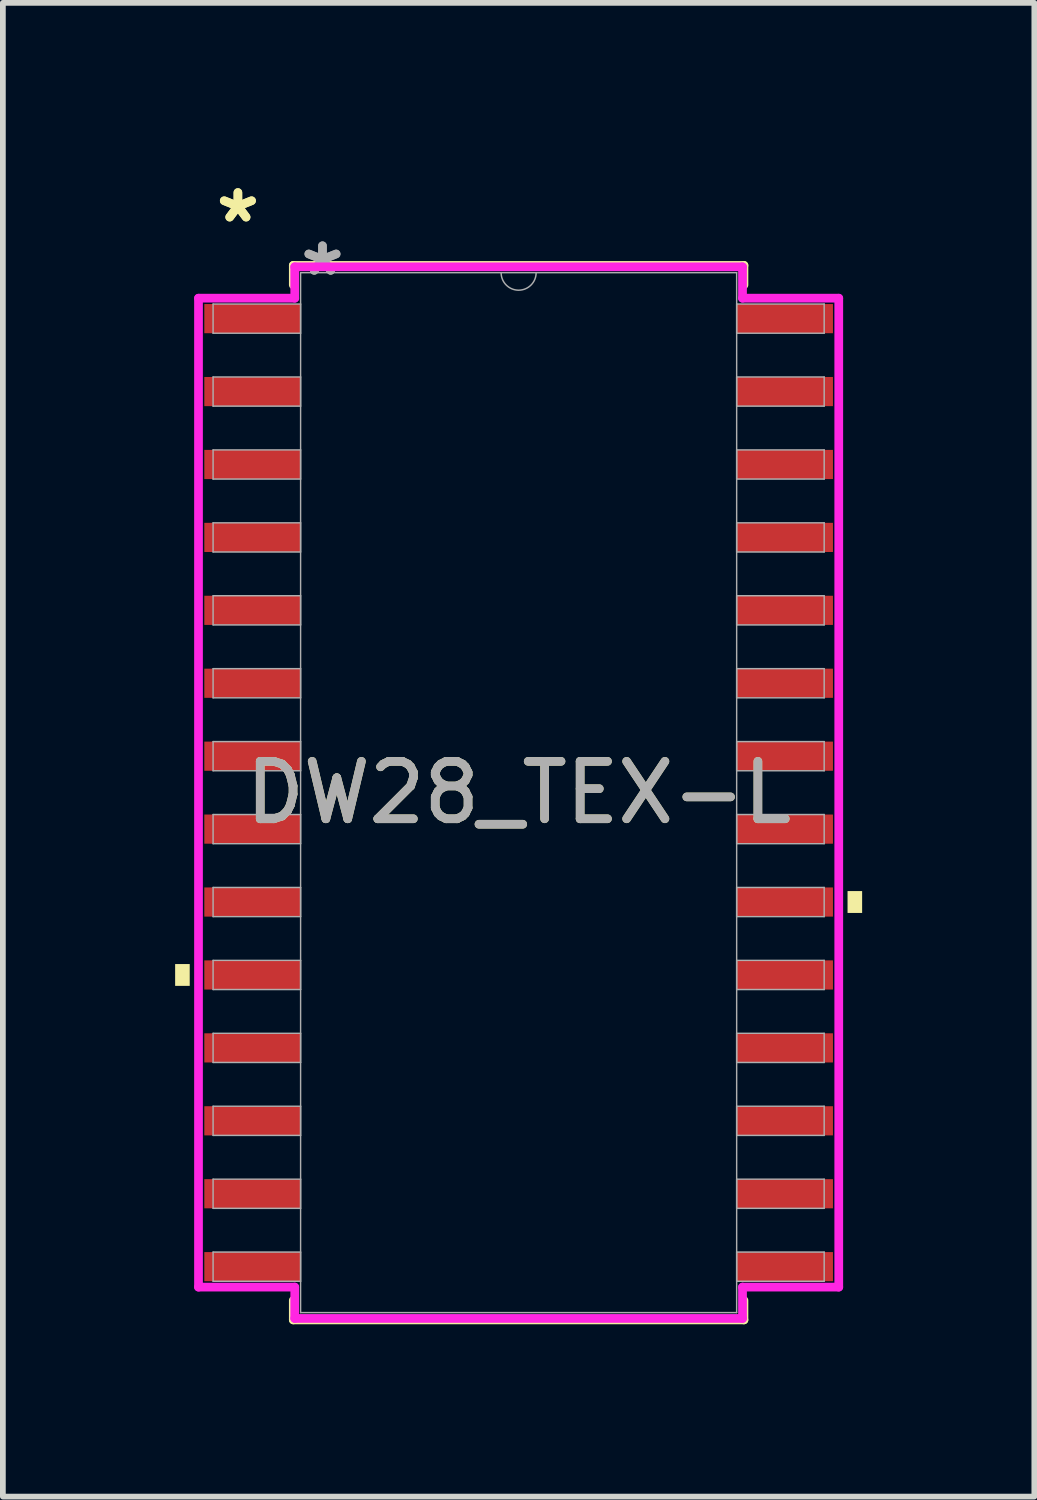
<source format=kicad_pcb>
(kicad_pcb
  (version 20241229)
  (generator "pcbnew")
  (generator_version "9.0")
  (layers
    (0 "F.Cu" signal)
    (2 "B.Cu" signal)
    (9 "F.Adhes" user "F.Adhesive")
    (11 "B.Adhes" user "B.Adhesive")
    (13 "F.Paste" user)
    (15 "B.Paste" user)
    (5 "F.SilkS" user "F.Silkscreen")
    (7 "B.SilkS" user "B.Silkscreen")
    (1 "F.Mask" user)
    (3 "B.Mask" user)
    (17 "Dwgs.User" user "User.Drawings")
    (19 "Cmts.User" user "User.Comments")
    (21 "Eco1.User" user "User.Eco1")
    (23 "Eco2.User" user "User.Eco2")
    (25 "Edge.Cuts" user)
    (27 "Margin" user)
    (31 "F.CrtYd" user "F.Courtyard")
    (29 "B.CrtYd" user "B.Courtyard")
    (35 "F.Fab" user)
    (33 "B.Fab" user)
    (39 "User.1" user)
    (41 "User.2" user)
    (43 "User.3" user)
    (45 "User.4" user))
  (footprint "DW28_TEX-L"
    (layer "F.Cu")
    (at 5.982 10.754)
    (property "Reference" "DW28_TEX-L" (at 0 0 0) (unlocked yes) (layer "F.SilkS") (effects (font (size 1 1) (thickness 0.15))))
    (attr smd)
    (fp_line (start -3.924 -9.182) (end -3.924 -8.842) (stroke (width 0.152) (type solid)) (layer "F.SilkS"))
    (fp_line (start -3.924 8.842) (end -3.924 9.182) (stroke (width 0.152) (type solid)) (layer "F.SilkS"))
    (fp_line (start -3.924 9.182) (end 3.924 9.182) (stroke (width 0.152) (type solid)) (layer "F.SilkS"))
    (fp_line (start 3.924 -9.182) (end -3.924 -9.182) (stroke (width 0.152) (type solid)) (layer "F.SilkS"))
    (fp_line (start 3.924 -8.842) (end 3.924 -9.182) (stroke (width 0.152) (type solid)) (layer "F.SilkS"))
    (fp_line (start 3.924 9.182) (end 3.924 8.842) (stroke (width 0.152) (type solid)) (layer "F.SilkS"))
    (fp_poly (pts (xy -5.982 2.985) (xy -5.982 3.365) (xy -5.728 3.365) (xy -5.728 2.985)) (stroke (width 0) (type solid)) (fill yes) (layer "F.SilkS"))
    (fp_poly (pts (xy 5.982 1.714) (xy 5.982 2.095) (xy 5.728 2.095) (xy 5.728 1.714)) (stroke (width 0) (type solid)) (fill yes) (layer "F.SilkS"))
    (fp_line (start -5.575 -8.611) (end -3.899 -8.611) (stroke (width 0.152) (type solid)) (layer "F.CrtYd"))
    (fp_line (start -5.575 8.611) (end -5.575 -8.611) (stroke (width 0.152) (type solid)) (layer "F.CrtYd"))
    (fp_line (start -5.575 8.611) (end -3.899 8.611) (stroke (width 0.152) (type solid)) (layer "F.CrtYd"))
    (fp_line (start -3.899 -9.157) (end 3.899 -9.157) (stroke (width 0.152) (type solid)) (layer "F.CrtYd"))
    (fp_line (start -3.899 -8.611) (end -3.899 -9.157) (stroke (width 0.152) (type solid)) (layer "F.CrtYd"))
    (fp_line (start -3.899 9.157) (end -3.899 8.611) (stroke (width 0.152) (type solid)) (layer "F.CrtYd"))
    (fp_line (start 3.899 -9.157) (end 3.899 -8.611) (stroke (width 0.152) (type solid)) (layer "F.CrtYd"))
    (fp_line (start 3.899 8.611) (end 3.899 9.157) (stroke (width 0.152) (type solid)) (layer "F.CrtYd"))
    (fp_line (start 3.899 9.157) (end -3.899 9.157) (stroke (width 0.152) (type solid)) (layer "F.CrtYd"))
    (fp_line (start 5.575 -8.611) (end 3.899 -8.611) (stroke (width 0.152) (type solid)) (layer "F.CrtYd"))
    (fp_line (start 5.575 -8.611) (end 5.575 8.611) (stroke (width 0.152) (type solid)) (layer "F.CrtYd"))
    (fp_line (start 5.575 8.611) (end 3.899 8.611) (stroke (width 0.152) (type solid)) (layer "F.CrtYd"))
    (fp_line (start -5.321 -8.509) (end -5.321 -8.001) (stroke (width 0.025) (type solid)) (layer "F.Fab"))
    (fp_line (start -5.321 -8.001) (end -3.797 -8.001) (stroke (width 0.025) (type solid)) (layer "F.Fab"))
    (fp_line (start -5.321 -7.239) (end -5.321 -6.731) (stroke (width 0.025) (type solid)) (layer "F.Fab"))
    (fp_line (start -5.321 -6.731) (end -3.797 -6.731) (stroke (width 0.025) (type solid)) (layer "F.Fab"))
    (fp_line (start -5.321 -5.969) (end -5.321 -5.461) (stroke (width 0.025) (type solid)) (layer "F.Fab"))
    (fp_line (start -5.321 -5.461) (end -3.797 -5.461) (stroke (width 0.025) (type solid)) (layer "F.Fab"))
    (fp_line (start -5.321 -4.699) (end -5.321 -4.191) (stroke (width 0.025) (type solid)) (layer "F.Fab"))
    (fp_line (start -5.321 -4.191) (end -3.797 -4.191) (stroke (width 0.025) (type solid)) (layer "F.Fab"))
    (fp_line (start -5.321 -3.429) (end -5.321 -2.921) (stroke (width 0.025) (type solid)) (layer "F.Fab"))
    (fp_line (start -5.321 -2.921) (end -3.797 -2.921) (stroke (width 0.025) (type solid)) (layer "F.Fab"))
    (fp_line (start -5.321 -2.159) (end -5.321 -1.651) (stroke (width 0.025) (type solid)) (layer "F.Fab"))
    (fp_line (start -5.321 -1.651) (end -3.797 -1.651) (stroke (width 0.025) (type solid)) (layer "F.Fab"))
    (fp_line (start -5.321 -0.889) (end -5.321 -0.381) (stroke (width 0.025) (type solid)) (layer "F.Fab"))
    (fp_line (start -5.321 -0.381) (end -3.797 -0.381) (stroke (width 0.025) (type solid)) (layer "F.Fab"))
    (fp_line (start -5.321 0.381) (end -5.321 0.889) (stroke (width 0.025) (type solid)) (layer "F.Fab"))
    (fp_line (start -5.321 0.889) (end -3.797 0.889) (stroke (width 0.025) (type solid)) (layer "F.Fab"))
    (fp_line (start -5.321 1.651) (end -5.321 2.159) (stroke (width 0.025) (type solid)) (layer "F.Fab"))
    (fp_line (start -5.321 2.159) (end -3.797 2.159) (stroke (width 0.025) (type solid)) (layer "F.Fab"))
    (fp_line (start -5.321 2.921) (end -5.321 3.429) (stroke (width 0.025) (type solid)) (layer "F.Fab"))
    (fp_line (start -5.321 3.429) (end -3.797 3.429) (stroke (width 0.025) (type solid)) (layer "F.Fab"))
    (fp_line (start -5.321 4.191) (end -5.321 4.699) (stroke (width 0.025) (type solid)) (layer "F.Fab"))
    (fp_line (start -5.321 4.699) (end -3.797 4.699) (stroke (width 0.025) (type solid)) (layer "F.Fab"))
    (fp_line (start -5.321 5.461) (end -5.321 5.969) (stroke (width 0.025) (type solid)) (layer "F.Fab"))
    (fp_line (start -5.321 5.969) (end -3.797 5.969) (stroke (width 0.025) (type solid)) (layer "F.Fab"))
    (fp_line (start -5.321 6.731) (end -5.321 7.239) (stroke (width 0.025) (type solid)) (layer "F.Fab"))
    (fp_line (start -5.321 7.239) (end -3.797 7.239) (stroke (width 0.025) (type solid)) (layer "F.Fab"))
    (fp_line (start -5.321 8.001) (end -5.321 8.509) (stroke (width 0.025) (type solid)) (layer "F.Fab"))
    (fp_line (start -5.321 8.509) (end -3.797 8.509) (stroke (width 0.025) (type solid)) (layer "F.Fab"))
    (fp_line (start -3.797 -9.055) (end -3.797 9.055) (stroke (width 0.025) (type solid)) (layer "F.Fab"))
    (fp_line (start -3.797 -8.509) (end -5.321 -8.509) (stroke (width 0.025) (type solid)) (layer "F.Fab"))
    (fp_line (start -3.797 -8.001) (end -3.797 -8.509) (stroke (width 0.025) (type solid)) (layer "F.Fab"))
    (fp_line (start -3.797 -7.239) (end -5.321 -7.239) (stroke (width 0.025) (type solid)) (layer "F.Fab"))
    (fp_line (start -3.797 -6.731) (end -3.797 -7.239) (stroke (width 0.025) (type solid)) (layer "F.Fab"))
    (fp_line (start -3.797 -5.969) (end -5.321 -5.969) (stroke (width 0.025) (type solid)) (layer "F.Fab"))
    (fp_line (start -3.797 -5.461) (end -3.797 -5.969) (stroke (width 0.025) (type solid)) (layer "F.Fab"))
    (fp_line (start -3.797 -4.699) (end -5.321 -4.699) (stroke (width 0.025) (type solid)) (layer "F.Fab"))
    (fp_line (start -3.797 -4.191) (end -3.797 -4.699) (stroke (width 0.025) (type solid)) (layer "F.Fab"))
    (fp_line (start -3.797 -3.429) (end -5.321 -3.429) (stroke (width 0.025) (type solid)) (layer "F.Fab"))
    (fp_line (start -3.797 -2.921) (end -3.797 -3.429) (stroke (width 0.025) (type solid)) (layer "F.Fab"))
    (fp_line (start -3.797 -2.159) (end -5.321 -2.159) (stroke (width 0.025) (type solid)) (layer "F.Fab"))
    (fp_line (start -3.797 -1.651) (end -3.797 -2.159) (stroke (width 0.025) (type solid)) (layer "F.Fab"))
    (fp_line (start -3.797 -0.889) (end -5.321 -0.889) (stroke (width 0.025) (type solid)) (layer "F.Fab"))
    (fp_line (start -3.797 -0.381) (end -3.797 -0.889) (stroke (width 0.025) (type solid)) (layer "F.Fab"))
    (fp_line (start -3.797 0.381) (end -5.321 0.381) (stroke (width 0.025) (type solid)) (layer "F.Fab"))
    (fp_line (start -3.797 0.889) (end -3.797 0.381) (stroke (width 0.025) (type solid)) (layer "F.Fab"))
    (fp_line (start -3.797 1.651) (end -5.321 1.651) (stroke (width 0.025) (type solid)) (layer "F.Fab"))
    (fp_line (start -3.797 2.159) (end -3.797 1.651) (stroke (width 0.025) (type solid)) (layer "F.Fab"))
    (fp_line (start -3.797 2.921) (end -5.321 2.921) (stroke (width 0.025) (type solid)) (layer "F.Fab"))
    (fp_line (start -3.797 3.429) (end -3.797 2.921) (stroke (width 0.025) (type solid)) (layer "F.Fab"))
    (fp_line (start -3.797 4.191) (end -5.321 4.191) (stroke (width 0.025) (type solid)) (layer "F.Fab"))
    (fp_line (start -3.797 4.699) (end -3.797 4.191) (stroke (width 0.025) (type solid)) (layer "F.Fab"))
    (fp_line (start -3.797 5.461) (end -5.321 5.461) (stroke (width 0.025) (type solid)) (layer "F.Fab"))
    (fp_line (start -3.797 5.969) (end -3.797 5.461) (stroke (width 0.025) (type solid)) (layer "F.Fab"))
    (fp_line (start -3.797 6.731) (end -5.321 6.731) (stroke (width 0.025) (type solid)) (layer "F.Fab"))
    (fp_line (start -3.797 7.239) (end -3.797 6.731) (stroke (width 0.025) (type solid)) (layer "F.Fab"))
    (fp_line (start -3.797 8.001) (end -5.321 8.001) (stroke (width 0.025) (type solid)) (layer "F.Fab"))
    (fp_line (start -3.797 8.509) (end -3.797 8.001) (stroke (width 0.025) (type solid)) (layer "F.Fab"))
    (fp_line (start -3.797 9.055) (end 3.797 9.055) (stroke (width 0.025) (type solid)) (layer "F.Fab"))
    (fp_line (start 3.797 -9.055) (end -3.797 -9.055) (stroke (width 0.025) (type solid)) (layer "F.Fab"))
    (fp_line (start 3.797 -8.509) (end 3.797 -8.001) (stroke (width 0.025) (type solid)) (layer "F.Fab"))
    (fp_line (start 3.797 -8.001) (end 5.321 -8.001) (stroke (width 0.025) (type solid)) (layer "F.Fab"))
    (fp_line (start 3.797 -7.239) (end 3.797 -6.731) (stroke (width 0.025) (type solid)) (layer "F.Fab"))
    (fp_line (start 3.797 -6.731) (end 5.321 -6.731) (stroke (width 0.025) (type solid)) (layer "F.Fab"))
    (fp_line (start 3.797 -5.969) (end 3.797 -5.461) (stroke (width 0.025) (type solid)) (layer "F.Fab"))
    (fp_line (start 3.797 -5.461) (end 5.321 -5.461) (stroke (width 0.025) (type solid)) (layer "F.Fab"))
    (fp_line (start 3.797 -4.699) (end 3.797 -4.191) (stroke (width 0.025) (type solid)) (layer "F.Fab"))
    (fp_line (start 3.797 -4.191) (end 5.321 -4.191) (stroke (width 0.025) (type solid)) (layer "F.Fab"))
    (fp_line (start 3.797 -3.429) (end 3.797 -2.921) (stroke (width 0.025) (type solid)) (layer "F.Fab"))
    (fp_line (start 3.797 -2.921) (end 5.321 -2.921) (stroke (width 0.025) (type solid)) (layer "F.Fab"))
    (fp_line (start 3.797 -2.159) (end 3.797 -1.651) (stroke (width 0.025) (type solid)) (layer "F.Fab"))
    (fp_line (start 3.797 -1.651) (end 5.321 -1.651) (stroke (width 0.025) (type solid)) (layer "F.Fab"))
    (fp_line (start 3.797 -0.889) (end 3.797 -0.381) (stroke (width 0.025) (type solid)) (layer "F.Fab"))
    (fp_line (start 3.797 -0.381) (end 5.321 -0.381) (stroke (width 0.025) (type solid)) (layer "F.Fab"))
    (fp_line (start 3.797 0.381) (end 3.797 0.889) (stroke (width 0.025) (type solid)) (layer "F.Fab"))
    (fp_line (start 3.797 0.889) (end 5.321 0.889) (stroke (width 0.025) (type solid)) (layer "F.Fab"))
    (fp_line (start 3.797 1.651) (end 3.797 2.159) (stroke (width 0.025) (type solid)) (layer "F.Fab"))
    (fp_line (start 3.797 2.159) (end 5.321 2.159) (stroke (width 0.025) (type solid)) (layer "F.Fab"))
    (fp_line (start 3.797 2.921) (end 3.797 3.429) (stroke (width 0.025) (type solid)) (layer "F.Fab"))
    (fp_line (start 3.797 3.429) (end 5.321 3.429) (stroke (width 0.025) (type solid)) (layer "F.Fab"))
    (fp_line (start 3.797 4.191) (end 3.797 4.699) (stroke (width 0.025) (type solid)) (layer "F.Fab"))
    (fp_line (start 3.797 4.699) (end 5.321 4.699) (stroke (width 0.025) (type solid)) (layer "F.Fab"))
    (fp_line (start 3.797 5.461) (end 3.797 5.969) (stroke (width 0.025) (type solid)) (layer "F.Fab"))
    (fp_line (start 3.797 5.969) (end 5.321 5.969) (stroke (width 0.025) (type solid)) (layer "F.Fab"))
    (fp_line (start 3.797 6.731) (end 3.797 7.239) (stroke (width 0.025) (type solid)) (layer "F.Fab"))
    (fp_line (start 3.797 7.239) (end 5.321 7.239) (stroke (width 0.025) (type solid)) (layer "F.Fab"))
    (fp_line (start 3.797 8.001) (end 3.797 8.509) (stroke (width 0.025) (type solid)) (layer "F.Fab"))
    (fp_line (start 3.797 8.509) (end 5.321 8.509) (stroke (width 0.025) (type solid)) (layer "F.Fab"))
    (fp_line (start 3.797 9.055) (end 3.797 -9.055) (stroke (width 0.025) (type solid)) (layer "F.Fab"))
    (fp_line (start 5.321 -8.509) (end 3.797 -8.509) (stroke (width 0.025) (type solid)) (layer "F.Fab"))
    (fp_line (start 5.321 -8.001) (end 5.321 -8.509) (stroke (width 0.025) (type solid)) (layer "F.Fab"))
    (fp_line (start 5.321 -7.239) (end 3.797 -7.239) (stroke (width 0.025) (type solid)) (layer "F.Fab"))
    (fp_line (start 5.321 -6.731) (end 5.321 -7.239) (stroke (width 0.025) (type solid)) (layer "F.Fab"))
    (fp_line (start 5.321 -5.969) (end 3.797 -5.969) (stroke (width 0.025) (type solid)) (layer "F.Fab"))
    (fp_line (start 5.321 -5.461) (end 5.321 -5.969) (stroke (width 0.025) (type solid)) (layer "F.Fab"))
    (fp_line (start 5.321 -4.699) (end 3.797 -4.699) (stroke (width 0.025) (type solid)) (layer "F.Fab"))
    (fp_line (start 5.321 -4.191) (end 5.321 -4.699) (stroke (width 0.025) (type solid)) (layer "F.Fab"))
    (fp_line (start 5.321 -3.429) (end 3.797 -3.429) (stroke (width 0.025) (type solid)) (layer "F.Fab"))
    (fp_line (start 5.321 -2.921) (end 5.321 -3.429) (stroke (width 0.025) (type solid)) (layer "F.Fab"))
    (fp_line (start 5.321 -2.159) (end 3.797 -2.159) (stroke (width 0.025) (type solid)) (layer "F.Fab"))
    (fp_line (start 5.321 -1.651) (end 5.321 -2.159) (stroke (width 0.025) (type solid)) (layer "F.Fab"))
    (fp_line (start 5.321 -0.889) (end 3.797 -0.889) (stroke (width 0.025) (type solid)) (layer "F.Fab"))
    (fp_line (start 5.321 -0.381) (end 5.321 -0.889) (stroke (width 0.025) (type solid)) (layer "F.Fab"))
    (fp_line (start 5.321 0.381) (end 3.797 0.381) (stroke (width 0.025) (type solid)) (layer "F.Fab"))
    (fp_line (start 5.321 0.889) (end 5.321 0.381) (stroke (width 0.025) (type solid)) (layer "F.Fab"))
    (fp_line (start 5.321 1.651) (end 3.797 1.651) (stroke (width 0.025) (type solid)) (layer "F.Fab"))
    (fp_line (start 5.321 2.159) (end 5.321 1.651) (stroke (width 0.025) (type solid)) (layer "F.Fab"))
    (fp_line (start 5.321 2.921) (end 3.797 2.921) (stroke (width 0.025) (type solid)) (layer "F.Fab"))
    (fp_line (start 5.321 3.429) (end 5.321 2.921) (stroke (width 0.025) (type solid)) (layer "F.Fab"))
    (fp_line (start 5.321 4.191) (end 3.797 4.191) (stroke (width 0.025) (type solid)) (layer "F.Fab"))
    (fp_line (start 5.321 4.699) (end 5.321 4.191) (stroke (width 0.025) (type solid)) (layer "F.Fab"))
    (fp_line (start 5.321 5.461) (end 3.797 5.461) (stroke (width 0.025) (type solid)) (layer "F.Fab"))
    (fp_line (start 5.321 5.969) (end 5.321 5.461) (stroke (width 0.025) (type solid)) (layer "F.Fab"))
    (fp_line (start 5.321 6.731) (end 3.797 6.731) (stroke (width 0.025) (type solid)) (layer "F.Fab"))
    (fp_line (start 5.321 7.239) (end 5.321 6.731) (stroke (width 0.025) (type solid)) (layer "F.Fab"))
    (fp_line (start 5.321 8.001) (end 3.797 8.001) (stroke (width 0.025) (type solid)) (layer "F.Fab"))
    (fp_line (start 5.321 8.509) (end 5.321 8.001) (stroke (width 0.025) (type solid)) (layer "F.Fab"))
    (fp_arc (start 0.3048 -9.0551) (mid 0 -8.7503) (end -0.3048 -9.0551) (stroke (width 0.0254) (type solid)) (layer "F.Fab"))
    (fp_text user "*" (at -4.889 -9.906 0) (layer "F.SilkS") (effects (font (size 1 1) (thickness 0.15))))
    (fp_text user "*" (at -4.889 -9.906 0) (unlocked yes) (layer "F.SilkS") (effects (font (size 1 1) (thickness 0.15))))
    (fp_text user "*" (at -3.416 -8.979 0) (layer "F.Fab") (effects (font (size 1 1) (thickness 0.15))))
    (fp_text user "*" (at -3.416 -8.979 0) (unlocked yes) (layer "F.Fab") (effects (font (size 1 1) (thickness 0.15))))
    (fp_text user "${REFERENCE}" (at 0 0 0) (unlocked yes) (layer "F.Fab") (effects (font (size 1 1) (thickness 0.15))))
    (pad "1" smd rect (at -4.636 -8.255) (size 1.676 0.508) (layers "F.Cu" "F.Mask" "F.Paste"))
    (pad "2" smd rect (at -4.636 -6.985) (size 1.676 0.508) (layers "F.Cu" "F.Mask" "F.Paste"))
    (pad "3" smd rect (at -4.636 -5.715) (size 1.676 0.508) (layers "F.Cu" "F.Mask" "F.Paste"))
    (pad "4" smd rect (at -4.636 -4.445) (size 1.676 0.508) (layers "F.Cu" "F.Mask" "F.Paste"))
    (pad "5" smd rect (at -4.636 -3.175) (size 1.676 0.508) (layers "F.Cu" "F.Mask" "F.Paste"))
    (pad "6" smd rect (at -4.636 -1.905) (size 1.676 0.508) (layers "F.Cu" "F.Mask" "F.Paste"))
    (pad "7" smd rect (at -4.636 -0.635) (size 1.676 0.508) (layers "F.Cu" "F.Mask" "F.Paste"))
    (pad "8" smd rect (at -4.636 0.635) (size 1.676 0.508) (layers "F.Cu" "F.Mask" "F.Paste"))
    (pad "9" smd rect (at -4.636 1.905) (size 1.676 0.508) (layers "F.Cu" "F.Mask" "F.Paste"))
    (pad "10" smd rect (at -4.636 3.175) (size 1.676 0.508) (layers "F.Cu" "F.Mask" "F.Paste"))
    (pad "11" smd rect (at -4.636 4.445) (size 1.676 0.508) (layers "F.Cu" "F.Mask" "F.Paste"))
    (pad "12" smd rect (at -4.636 5.715) (size 1.676 0.508) (layers "F.Cu" "F.Mask" "F.Paste"))
    (pad "13" smd rect (at -4.636 6.985) (size 1.676 0.508) (layers "F.Cu" "F.Mask" "F.Paste"))
    (pad "14" smd rect (at -4.636 8.255) (size 1.676 0.508) (layers "F.Cu" "F.Mask" "F.Paste"))
    (pad "15" smd rect (at 4.636 8.255) (size 1.676 0.508) (layers "F.Cu" "F.Mask" "F.Paste"))
    (pad "16" smd rect (at 4.636 6.985) (size 1.676 0.508) (layers "F.Cu" "F.Mask" "F.Paste"))
    (pad "17" smd rect (at 4.636 5.715) (size 1.676 0.508) (layers "F.Cu" "F.Mask" "F.Paste"))
    (pad "18" smd rect (at 4.636 4.445) (size 1.676 0.508) (layers "F.Cu" "F.Mask" "F.Paste"))
    (pad "19" smd rect (at 4.636 3.175) (size 1.676 0.508) (layers "F.Cu" "F.Mask" "F.Paste"))
    (pad "20" smd rect (at 4.636 1.905) (size 1.676 0.508) (layers "F.Cu" "F.Mask" "F.Paste"))
    (pad "21" smd rect (at 4.636 0.635) (size 1.676 0.508) (layers "F.Cu" "F.Mask" "F.Paste"))
    (pad "22" smd rect (at 4.636 -0.635) (size 1.676 0.508) (layers "F.Cu" "F.Mask" "F.Paste"))
    (pad "23" smd rect (at 4.636 -1.905) (size 1.676 0.508) (layers "F.Cu" "F.Mask" "F.Paste"))
    (pad "24" smd rect (at 4.636 -3.175) (size 1.676 0.508) (layers "F.Cu" "F.Mask" "F.Paste"))
    (pad "25" smd rect (at 4.636 -4.445) (size 1.676 0.508) (layers "F.Cu" "F.Mask" "F.Paste"))
    (pad "26" smd rect (at 4.636 -5.715) (size 1.676 0.508) (layers "F.Cu" "F.Mask" "F.Paste"))
    (pad "27" smd rect (at 4.636 -6.985) (size 1.676 0.508) (layers "F.Cu" "F.Mask" "F.Paste"))
    (pad "28" smd rect (at 4.636 -8.255) (size 1.676 0.508) (layers "F.Cu" "F.Mask" "F.Paste")))
  (gr_rect
    (start -3 -3)
    (end 14.963 23.013)
    (stroke (width 0.1) (type default))
    (fill no)
    (layer "Edge.Cuts")))
</source>
